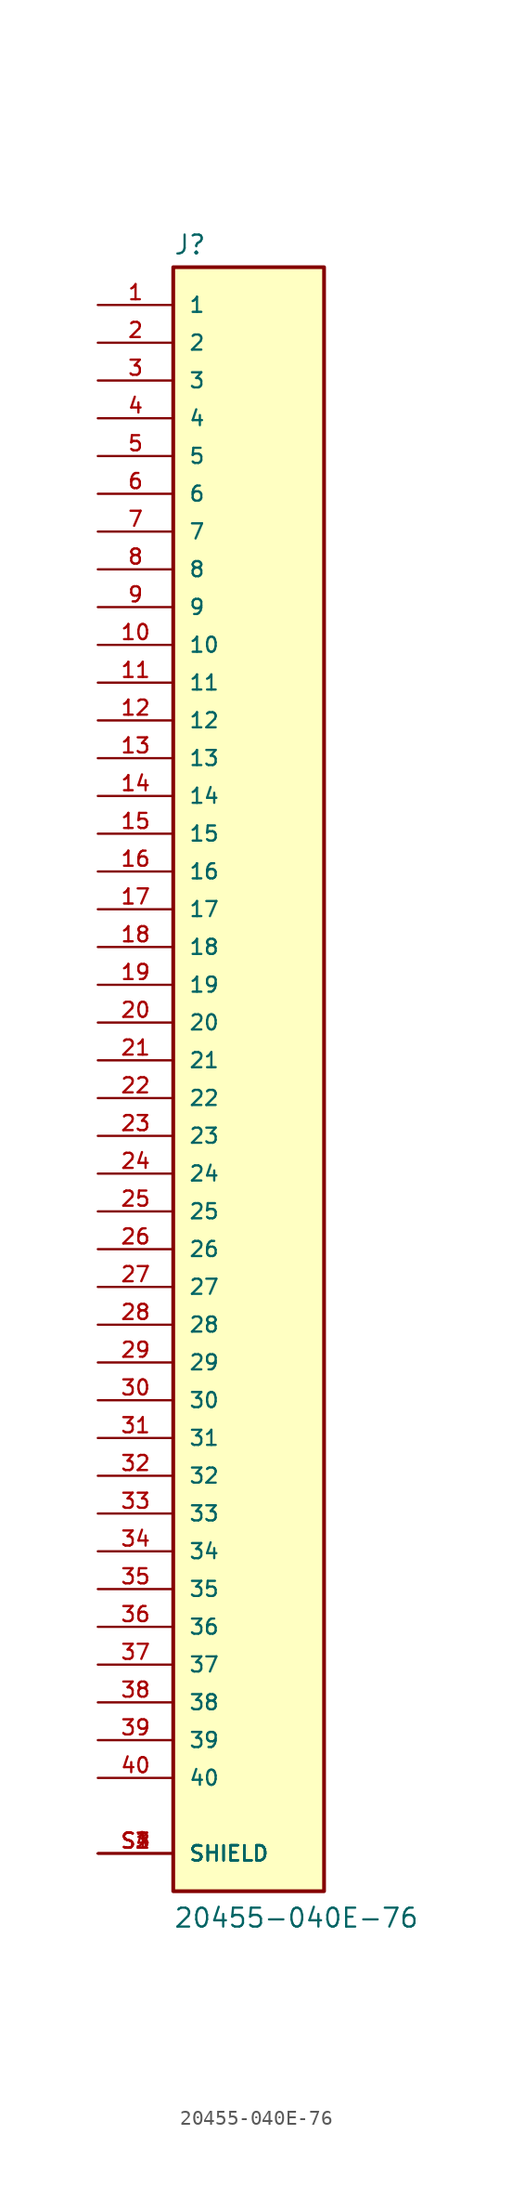
<source format=kicad_sym>
(kicad_symbol_lib
  (version 20211014)
  (generator kicad_symbol_editor)
  (symbol "20455-040E-76"
    (pin_names
      (offset 1.016))
    (property "Reference" "J"
      (at -5.08 54.102 0)
      (effects (font (size 1.27 1.27)) (justify left bottom)))
    (property "Value" "20455-040E-76"
      (at -5.08 -58.42 0)
      (effects (font (size 1.27 1.27)) (justify left bottom)))
    (property "ki_locked" ""
      (at 0 0 0)
      (effects (font (size 1.27 1.27))))
    (symbol "20455-040E-76_0_0"
      (rectangle (start -5.08 -55.88) (end 5.08 53.34) (stroke (width 0.254) (type default) (color 0 0 0 0)) (fill (type background)))
      (pin passive line (at -10.16 50.8 0) (length 5.08) (name "1" (effects (font (size 1.016 1.016)))) (number "1" (effects (font (size 1.016 1.016)))))
      (pin passive line (at -10.16 27.94 0) (length 5.08) (name "10" (effects (font (size 1.016 1.016)))) (number "10" (effects (font (size 1.016 1.016)))))
      (pin passive line (at -10.16 25.4 0) (length 5.08) (name "11" (effects (font (size 1.016 1.016)))) (number "11" (effects (font (size 1.016 1.016)))))
      (pin passive line (at -10.16 22.86 0) (length 5.08) (name "12" (effects (font (size 1.016 1.016)))) (number "12" (effects (font (size 1.016 1.016)))))
      (pin passive line (at -10.16 20.32 0) (length 5.08) (name "13" (effects (font (size 1.016 1.016)))) (number "13" (effects (font (size 1.016 1.016)))))
      (pin passive line (at -10.16 17.78 0) (length 5.08) (name "14" (effects (font (size 1.016 1.016)))) (number "14" (effects (font (size 1.016 1.016)))))
      (pin passive line (at -10.16 15.24 0) (length 5.08) (name "15" (effects (font (size 1.016 1.016)))) (number "15" (effects (font (size 1.016 1.016)))))
      (pin passive line (at -10.16 12.7 0) (length 5.08) (name "16" (effects (font (size 1.016 1.016)))) (number "16" (effects (font (size 1.016 1.016)))))
      (pin passive line (at -10.16 10.16 0) (length 5.08) (name "17" (effects (font (size 1.016 1.016)))) (number "17" (effects (font (size 1.016 1.016)))))
      (pin passive line (at -10.16 7.62 0) (length 5.08) (name "18" (effects (font (size 1.016 1.016)))) (number "18" (effects (font (size 1.016 1.016)))))
      (pin passive line (at -10.16 5.08 0) (length 5.08) (name "19" (effects (font (size 1.016 1.016)))) (number "19" (effects (font (size 1.016 1.016)))))
      (pin passive line (at -10.16 48.26 0) (length 5.08) (name "2" (effects (font (size 1.016 1.016)))) (number "2" (effects (font (size 1.016 1.016)))))
      (pin passive line (at -10.16 2.54 0) (length 5.08) (name "20" (effects (font (size 1.016 1.016)))) (number "20" (effects (font (size 1.016 1.016)))))
      (pin passive line (at -10.16 0 0) (length 5.08) (name "21" (effects (font (size 1.016 1.016)))) (number "21" (effects (font (size 1.016 1.016)))))
      (pin passive line (at -10.16 -2.54 0) (length 5.08) (name "22" (effects (font (size 1.016 1.016)))) (number "22" (effects (font (size 1.016 1.016)))))
      (pin passive line (at -10.16 -5.08 0) (length 5.08) (name "23" (effects (font (size 1.016 1.016)))) (number "23" (effects (font (size 1.016 1.016)))))
      (pin passive line (at -10.16 -7.62 0) (length 5.08) (name "24" (effects (font (size 1.016 1.016)))) (number "24" (effects (font (size 1.016 1.016)))))
      (pin passive line (at -10.16 -10.16 0) (length 5.08) (name "25" (effects (font (size 1.016 1.016)))) (number "25" (effects (font (size 1.016 1.016)))))
      (pin passive line (at -10.16 -12.7 0) (length 5.08) (name "26" (effects (font (size 1.016 1.016)))) (number "26" (effects (font (size 1.016 1.016)))))
      (pin passive line (at -10.16 -15.24 0) (length 5.08) (name "27" (effects (font (size 1.016 1.016)))) (number "27" (effects (font (size 1.016 1.016)))))
      (pin passive line (at -10.16 -17.78 0) (length 5.08) (name "28" (effects (font (size 1.016 1.016)))) (number "28" (effects (font (size 1.016 1.016)))))
      (pin passive line (at -10.16 -20.32 0) (length 5.08) (name "29" (effects (font (size 1.016 1.016)))) (number "29" (effects (font (size 1.016 1.016)))))
      (pin passive line (at -10.16 45.72 0) (length 5.08) (name "3" (effects (font (size 1.016 1.016)))) (number "3" (effects (font (size 1.016 1.016)))))
      (pin passive line (at -10.16 -22.86 0) (length 5.08) (name "30" (effects (font (size 1.016 1.016)))) (number "30" (effects (font (size 1.016 1.016)))))
      (pin passive line (at -10.16 -25.4 0) (length 5.08) (name "31" (effects (font (size 1.016 1.016)))) (number "31" (effects (font (size 1.016 1.016)))))
      (pin passive line (at -10.16 -27.94 0) (length 5.08) (name "32" (effects (font (size 1.016 1.016)))) (number "32" (effects (font (size 1.016 1.016)))))
      (pin passive line (at -10.16 -30.48 0) (length 5.08) (name "33" (effects (font (size 1.016 1.016)))) (number "33" (effects (font (size 1.016 1.016)))))
      (pin passive line (at -10.16 -33.02 0) (length 5.08) (name "34" (effects (font (size 1.016 1.016)))) (number "34" (effects (font (size 1.016 1.016)))))
      (pin passive line (at -10.16 -35.56 0) (length 5.08) (name "35" (effects (font (size 1.016 1.016)))) (number "35" (effects (font (size 1.016 1.016)))))
      (pin passive line (at -10.16 -38.1 0) (length 5.08) (name "36" (effects (font (size 1.016 1.016)))) (number "36" (effects (font (size 1.016 1.016)))))
      (pin passive line (at -10.16 -40.64 0) (length 5.08) (name "37" (effects (font (size 1.016 1.016)))) (number "37" (effects (font (size 1.016 1.016)))))
      (pin passive line (at -10.16 -43.18 0) (length 5.08) (name "38" (effects (font (size 1.016 1.016)))) (number "38" (effects (font (size 1.016 1.016)))))
      (pin passive line (at -10.16 -45.72 0) (length 5.08) (name "39" (effects (font (size 1.016 1.016)))) (number "39" (effects (font (size 1.016 1.016)))))
      (pin passive line (at -10.16 43.18 0) (length 5.08) (name "4" (effects (font (size 1.016 1.016)))) (number "4" (effects (font (size 1.016 1.016)))))
      (pin passive line (at -10.16 -48.26 0) (length 5.08) (name "40" (effects (font (size 1.016 1.016)))) (number "40" (effects (font (size 1.016 1.016)))))
      (pin passive line (at -10.16 40.64 0) (length 5.08) (name "5" (effects (font (size 1.016 1.016)))) (number "5" (effects (font (size 1.016 1.016)))))
      (pin passive line (at -10.16 38.1 0) (length 5.08) (name "6" (effects (font (size 1.016 1.016)))) (number "6" (effects (font (size 1.016 1.016)))))
      (pin passive line (at -10.16 35.56 0) (length 5.08) (name "7" (effects (font (size 1.016 1.016)))) (number "7" (effects (font (size 1.016 1.016)))))
      (pin passive line (at -10.16 33.02 0) (length 5.08) (name "8" (effects (font (size 1.016 1.016)))) (number "8" (effects (font (size 1.016 1.016)))))
      (pin passive line (at -10.16 30.48 0) (length 5.08) (name "9" (effects (font (size 1.016 1.016)))) (number "9" (effects (font (size 1.016 1.016)))))
      (pin passive line (at -10.16 -53.34 0) (length 5.08) (name "SHIELD" (effects (font (size 1.016 1.016)))) (number "S1" (effects (font (size 1.016 1.016)))))
      (pin passive line (at -10.16 -53.34 0) (length 5.08) (name "SHIELD" (effects (font (size 1.016 1.016)))) (number "S2" (effects (font (size 1.016 1.016)))))
      (pin passive line (at -10.16 -53.34 0) (length 5.08) (name "SHIELD" (effects (font (size 1.016 1.016)))) (number "S3" (effects (font (size 1.016 1.016)))))
      (pin passive line (at -10.16 -53.34 0) (length 5.08) (name "SHIELD" (effects (font (size 1.016 1.016)))) (number "S4" (effects (font (size 1.016 1.016))))))))
</source>
